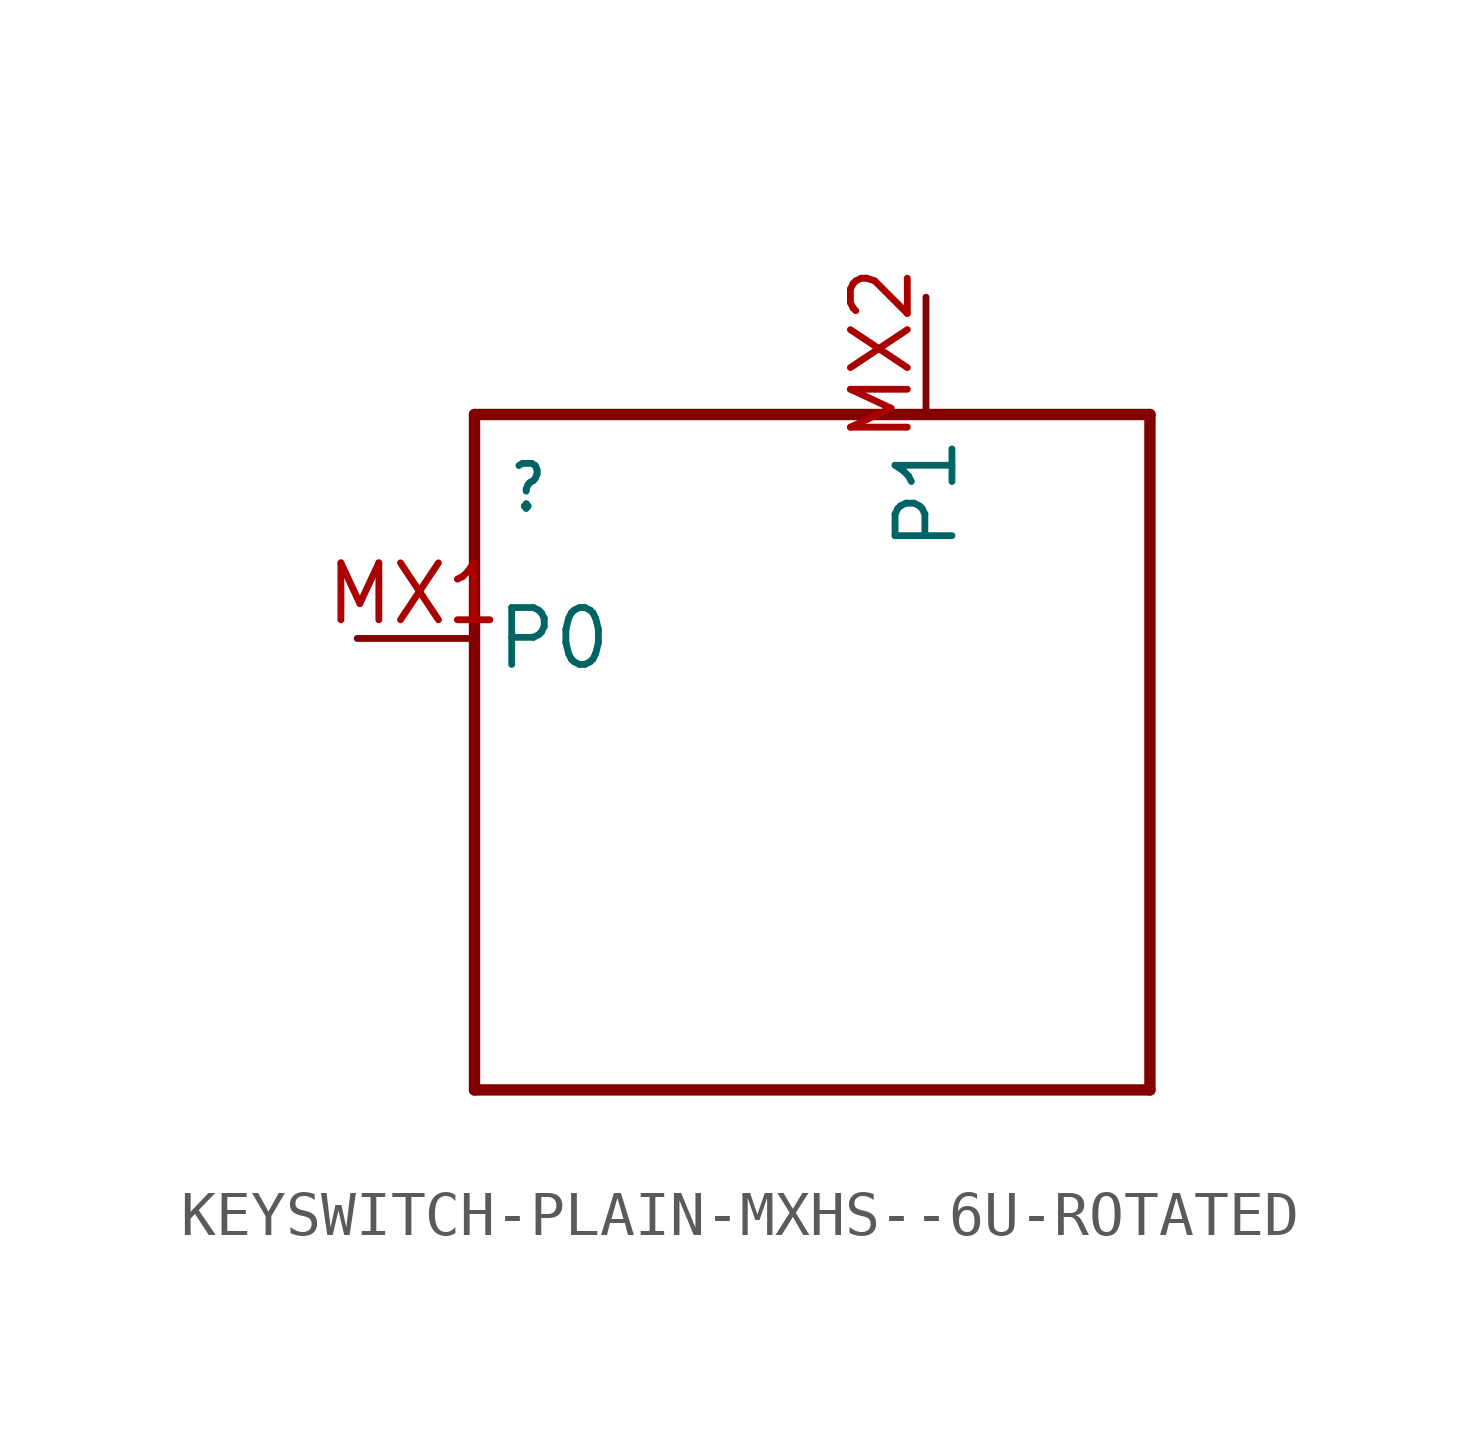
<source format=kicad_sym>
(kicad_symbol_lib
  (version 20211014)
  (generator kicad_symbol_editor)
  (symbol "KEYSWITCH-PLAIN-MXHS--6U-ROTATED"
    (property "Reference" ""
      (at -6.81 5.318 0)
      (effects (font (size 1 0.85)) (justify left bottom)))
    (property "ki_locked" ""
      (at 0 0 0)
      (effects (font (size 1.27 1.27))))
    (symbol "KEYSWITCH-PLAIN-MXHS--6U-ROTATED_1_0"
      (polyline (pts (xy -7.54 -7.54) (xy -7.54 7.54)) (stroke (width 0.254) (type default) (color 0 0 0 0)) (fill (type none)))
      (polyline (pts (xy -7.54 7.54) (xy 7.54 7.54)) (stroke (width 0.254) (type default) (color 0 0 0 0)) (fill (type none)))
      (polyline (pts (xy 7.54 -7.54) (xy -7.54 -7.54)) (stroke (width 0.254) (type default) (color 0 0 0 0)) (fill (type none)))
      (polyline (pts (xy 7.54 7.54) (xy 7.54 -7.54)) (stroke (width 0.254) (type default) (color 0 0 0 0)) (fill (type none)))
      (pin bidirectional line (at -10.16 2.54 0) (length 2.54) (name "P0" (effects (font (size 1.27 1.27)))) (number "MX1" (effects (font (size 1.27 1.27)))))
      (pin bidirectional line (at 2.54 10.16 270) (length 2.54) (name "P1" (effects (font (size 1.27 1.27)))) (number "MX2" (effects (font (size 1.27 1.27))))))))
</source>
